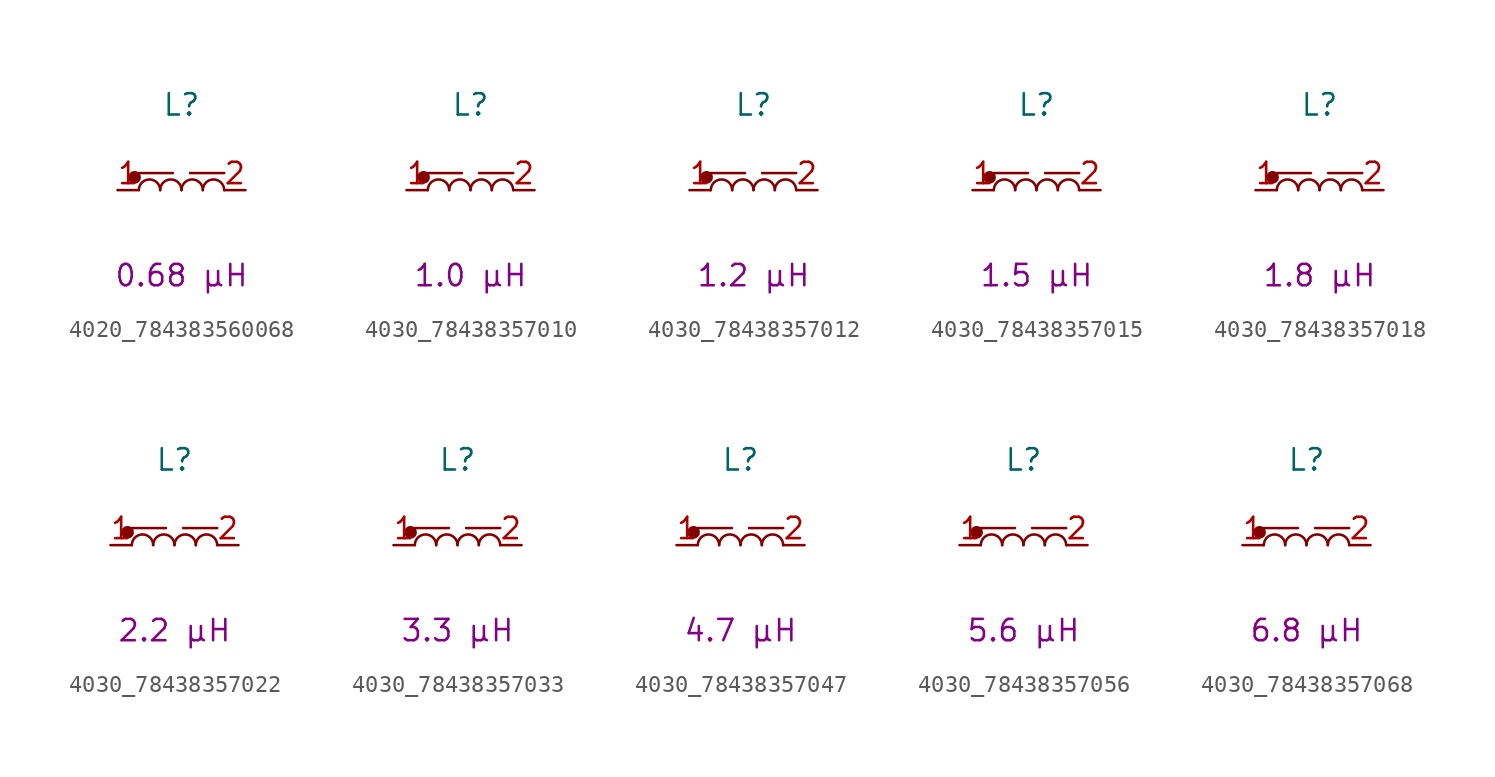
<source format=kicad_sym>
(kicad_symbol_lib
  (version 20220914)
  (generator kicad_symbol_editor)
  (symbol "4020_784383560068"
    (pin_names hide)
    (property "Reference" "L"
      (at 0 5.08 0)
      (effects (font (size 1.27 1.27))))
    (property "Critical Parameter" "0.68 µH"
      (at 0 -5.08 0)
      (effects (font (size 1.27 1.27))))
    (symbol "4020_784383560068_0_1"
      (arc (start -1.27 0) (mid -1.905 0.6323) (end -2.54 0) (stroke (width 0) (type default)) (fill (type none)))
      (arc (start 0 0) (mid -0.635 0.6323) (end -1.27 0) (stroke (width 0) (type default)) (fill (type none)))
      (polyline (pts (xy -2.54 1.016) (xy -0.508 1.016)) (stroke (width 0) (type default)) (fill (type none)))
      (arc (start 1.27 0) (mid 0.635 0.6323) (end 0 0) (stroke (width 0) (type default)) (fill (type none)))
      (arc (start 2.54 0) (mid 1.905 0.6323) (end 1.27 0) (stroke (width 0) (type default)) (fill (type none))))
    (symbol "4020_784383560068_1_1"
      (circle (center -2.794 0.762) (radius 0.0001) (stroke (width 0.381) (type default)) (fill (type none)))
      (polyline (pts (xy 2.54 1.016) (xy 0.508 1.016)) (stroke (width 0) (type default)) (fill (type none)))
      (pin passive line (at -3.81 0 0) (length 1.27) (name "1" (effects (font (size 1.27 1.27)))) (number "1" (effects (font (size 1.27 1.27)))))
      (pin passive line (at 3.81 0 180) (length 1.27) (name "2" (effects (font (size 1.27 1.27)))) (number "2" (effects (font (size 1.27 1.27)))))))
  (symbol "4030_78438357010"
    (pin_names hide)
    (property "Reference" "L"
      (at 0 5.08 0)
      (effects (font (size 1.27 1.27))))
    (property "Critical Parameter" "1.0 µH"
      (at 0 -5.08 0)
      (effects (font (size 1.27 1.27))))
    (symbol "4030_78438357010_0_1"
      (arc (start -1.27 0) (mid -1.905 0.6323) (end -2.54 0) (stroke (width 0) (type default)) (fill (type none)))
      (arc (start 0 0) (mid -0.635 0.6323) (end -1.27 0) (stroke (width 0) (type default)) (fill (type none)))
      (polyline (pts (xy -2.54 1.016) (xy -0.508 1.016)) (stroke (width 0) (type default)) (fill (type none)))
      (arc (start 1.27 0) (mid 0.635 0.6323) (end 0 0) (stroke (width 0) (type default)) (fill (type none)))
      (arc (start 2.54 0) (mid 1.905 0.6323) (end 1.27 0) (stroke (width 0) (type default)) (fill (type none))))
    (symbol "4030_78438357010_1_1"
      (circle (center -2.794 0.762) (radius 0.0001) (stroke (width 0.381) (type default)) (fill (type none)))
      (polyline (pts (xy 2.54 1.016) (xy 0.508 1.016)) (stroke (width 0) (type default)) (fill (type none)))
      (pin passive line (at -3.81 0 0) (length 1.27) (name "1" (effects (font (size 1.27 1.27)))) (number "1" (effects (font (size 1.27 1.27)))))
      (pin passive line (at 3.81 0 180) (length 1.27) (name "2" (effects (font (size 1.27 1.27)))) (number "2" (effects (font (size 1.27 1.27)))))))
  (symbol "4030_78438357012"
    (pin_names hide)
    (property "Reference" "L"
      (at 0 5.08 0)
      (effects (font (size 1.27 1.27))))
    (property "Critical Parameter" "1.2 µH"
      (at 0 -5.08 0)
      (effects (font (size 1.27 1.27))))
    (symbol "4030_78438357012_0_1"
      (arc (start -1.27 0) (mid -1.905 0.6323) (end -2.54 0) (stroke (width 0) (type default)) (fill (type none)))
      (arc (start 0 0) (mid -0.635 0.6323) (end -1.27 0) (stroke (width 0) (type default)) (fill (type none)))
      (polyline (pts (xy -2.54 1.016) (xy -0.508 1.016)) (stroke (width 0) (type default)) (fill (type none)))
      (arc (start 1.27 0) (mid 0.635 0.6323) (end 0 0) (stroke (width 0) (type default)) (fill (type none)))
      (arc (start 2.54 0) (mid 1.905 0.6323) (end 1.27 0) (stroke (width 0) (type default)) (fill (type none))))
    (symbol "4030_78438357012_1_1"
      (circle (center -2.794 0.762) (radius 0.0001) (stroke (width 0.381) (type default)) (fill (type none)))
      (polyline (pts (xy 2.54 1.016) (xy 0.508 1.016)) (stroke (width 0) (type default)) (fill (type none)))
      (pin passive line (at -3.81 0 0) (length 1.27) (name "1" (effects (font (size 1.27 1.27)))) (number "1" (effects (font (size 1.27 1.27)))))
      (pin passive line (at 3.81 0 180) (length 1.27) (name "2" (effects (font (size 1.27 1.27)))) (number "2" (effects (font (size 1.27 1.27)))))))
  (symbol "4030_78438357015"
    (pin_names hide)
    (property "Reference" "L"
      (at 0 5.08 0)
      (effects (font (size 1.27 1.27))))
    (property "Critical Parameter" "1.5 µH"
      (at 0 -5.08 0)
      (effects (font (size 1.27 1.27))))
    (symbol "4030_78438357015_0_1"
      (arc (start -1.27 0) (mid -1.905 0.6323) (end -2.54 0) (stroke (width 0) (type default)) (fill (type none)))
      (arc (start 0 0) (mid -0.635 0.6323) (end -1.27 0) (stroke (width 0) (type default)) (fill (type none)))
      (polyline (pts (xy -2.54 1.016) (xy -0.508 1.016)) (stroke (width 0) (type default)) (fill (type none)))
      (arc (start 1.27 0) (mid 0.635 0.6323) (end 0 0) (stroke (width 0) (type default)) (fill (type none)))
      (arc (start 2.54 0) (mid 1.905 0.6323) (end 1.27 0) (stroke (width 0) (type default)) (fill (type none))))
    (symbol "4030_78438357015_1_1"
      (circle (center -2.794 0.762) (radius 0.0001) (stroke (width 0.381) (type default)) (fill (type none)))
      (polyline (pts (xy 2.54 1.016) (xy 0.508 1.016)) (stroke (width 0) (type default)) (fill (type none)))
      (pin passive line (at -3.81 0 0) (length 1.27) (name "1" (effects (font (size 1.27 1.27)))) (number "1" (effects (font (size 1.27 1.27)))))
      (pin passive line (at 3.81 0 180) (length 1.27) (name "2" (effects (font (size 1.27 1.27)))) (number "2" (effects (font (size 1.27 1.27)))))))
  (symbol "4030_78438357018"
    (pin_names hide)
    (property "Reference" "L"
      (at 0 5.08 0)
      (effects (font (size 1.27 1.27))))
    (property "Critical Parameter" "1.8 µH"
      (at 0 -5.08 0)
      (effects (font (size 1.27 1.27))))
    (symbol "4030_78438357018_0_1"
      (arc (start -1.27 0) (mid -1.905 0.6323) (end -2.54 0) (stroke (width 0) (type default)) (fill (type none)))
      (arc (start 0 0) (mid -0.635 0.6323) (end -1.27 0) (stroke (width 0) (type default)) (fill (type none)))
      (polyline (pts (xy -2.54 1.016) (xy -0.508 1.016)) (stroke (width 0) (type default)) (fill (type none)))
      (arc (start 1.27 0) (mid 0.635 0.6323) (end 0 0) (stroke (width 0) (type default)) (fill (type none)))
      (arc (start 2.54 0) (mid 1.905 0.6323) (end 1.27 0) (stroke (width 0) (type default)) (fill (type none))))
    (symbol "4030_78438357018_1_1"
      (circle (center -2.794 0.762) (radius 0.0001) (stroke (width 0.381) (type default)) (fill (type none)))
      (polyline (pts (xy 2.54 1.016) (xy 0.508 1.016)) (stroke (width 0) (type default)) (fill (type none)))
      (pin passive line (at -3.81 0 0) (length 1.27) (name "1" (effects (font (size 1.27 1.27)))) (number "1" (effects (font (size 1.27 1.27)))))
      (pin passive line (at 3.81 0 180) (length 1.27) (name "2" (effects (font (size 1.27 1.27)))) (number "2" (effects (font (size 1.27 1.27)))))))
  (symbol "4030_78438357022"
    (pin_names hide)
    (property "Reference" "L"
      (at 0 5.08 0)
      (effects (font (size 1.27 1.27))))
    (property "Critical Parameter" "2.2 µH"
      (at 0 -5.08 0)
      (effects (font (size 1.27 1.27))))
    (symbol "4030_78438357022_0_1"
      (arc (start -1.27 0) (mid -1.905 0.6323) (end -2.54 0) (stroke (width 0) (type default)) (fill (type none)))
      (arc (start 0 0) (mid -0.635 0.6323) (end -1.27 0) (stroke (width 0) (type default)) (fill (type none)))
      (polyline (pts (xy -2.54 1.016) (xy -0.508 1.016)) (stroke (width 0) (type default)) (fill (type none)))
      (arc (start 1.27 0) (mid 0.635 0.6323) (end 0 0) (stroke (width 0) (type default)) (fill (type none)))
      (arc (start 2.54 0) (mid 1.905 0.6323) (end 1.27 0) (stroke (width 0) (type default)) (fill (type none))))
    (symbol "4030_78438357022_1_1"
      (circle (center -2.794 0.762) (radius 0.0001) (stroke (width 0.381) (type default)) (fill (type none)))
      (polyline (pts (xy 2.54 1.016) (xy 0.508 1.016)) (stroke (width 0) (type default)) (fill (type none)))
      (pin passive line (at -3.81 0 0) (length 1.27) (name "1" (effects (font (size 1.27 1.27)))) (number "1" (effects (font (size 1.27 1.27)))))
      (pin passive line (at 3.81 0 180) (length 1.27) (name "2" (effects (font (size 1.27 1.27)))) (number "2" (effects (font (size 1.27 1.27)))))))
  (symbol "4030_78438357033"
    (pin_names hide)
    (property "Reference" "L"
      (at 0 5.08 0)
      (effects (font (size 1.27 1.27))))
    (property "Critical Parameter" "3.3 µH"
      (at 0 -5.08 0)
      (effects (font (size 1.27 1.27))))
    (symbol "4030_78438357033_0_1"
      (arc (start -1.27 0) (mid -1.905 0.6323) (end -2.54 0) (stroke (width 0) (type default)) (fill (type none)))
      (arc (start 0 0) (mid -0.635 0.6323) (end -1.27 0) (stroke (width 0) (type default)) (fill (type none)))
      (polyline (pts (xy -2.54 1.016) (xy -0.508 1.016)) (stroke (width 0) (type default)) (fill (type none)))
      (arc (start 1.27 0) (mid 0.635 0.6323) (end 0 0) (stroke (width 0) (type default)) (fill (type none)))
      (arc (start 2.54 0) (mid 1.905 0.6323) (end 1.27 0) (stroke (width 0) (type default)) (fill (type none))))
    (symbol "4030_78438357033_1_1"
      (circle (center -2.794 0.762) (radius 0.0001) (stroke (width 0.381) (type default)) (fill (type none)))
      (polyline (pts (xy 2.54 1.016) (xy 0.508 1.016)) (stroke (width 0) (type default)) (fill (type none)))
      (pin passive line (at -3.81 0 0) (length 1.27) (name "1" (effects (font (size 1.27 1.27)))) (number "1" (effects (font (size 1.27 1.27)))))
      (pin passive line (at 3.81 0 180) (length 1.27) (name "2" (effects (font (size 1.27 1.27)))) (number "2" (effects (font (size 1.27 1.27)))))))
  (symbol "4030_78438357047"
    (pin_names hide)
    (property "Reference" "L"
      (at 0 5.08 0)
      (effects (font (size 1.27 1.27))))
    (property "Critical Parameter" "4.7 µH"
      (at 0 -5.08 0)
      (effects (font (size 1.27 1.27))))
    (symbol "4030_78438357047_0_1"
      (arc (start -1.27 0) (mid -1.905 0.6323) (end -2.54 0) (stroke (width 0) (type default)) (fill (type none)))
      (arc (start 0 0) (mid -0.635 0.6323) (end -1.27 0) (stroke (width 0) (type default)) (fill (type none)))
      (polyline (pts (xy -2.54 1.016) (xy -0.508 1.016)) (stroke (width 0) (type default)) (fill (type none)))
      (arc (start 1.27 0) (mid 0.635 0.6323) (end 0 0) (stroke (width 0) (type default)) (fill (type none)))
      (arc (start 2.54 0) (mid 1.905 0.6323) (end 1.27 0) (stroke (width 0) (type default)) (fill (type none))))
    (symbol "4030_78438357047_1_1"
      (circle (center -2.794 0.762) (radius 0.0001) (stroke (width 0.381) (type default)) (fill (type none)))
      (polyline (pts (xy 2.54 1.016) (xy 0.508 1.016)) (stroke (width 0) (type default)) (fill (type none)))
      (pin passive line (at -3.81 0 0) (length 1.27) (name "1" (effects (font (size 1.27 1.27)))) (number "1" (effects (font (size 1.27 1.27)))))
      (pin passive line (at 3.81 0 180) (length 1.27) (name "2" (effects (font (size 1.27 1.27)))) (number "2" (effects (font (size 1.27 1.27)))))))
  (symbol "4030_78438357056"
    (pin_names hide)
    (property "Reference" "L"
      (at 0 5.08 0)
      (effects (font (size 1.27 1.27))))
    (property "Critical Parameter" "5.6 µH"
      (at 0 -5.08 0)
      (effects (font (size 1.27 1.27))))
    (symbol "4030_78438357056_0_1"
      (arc (start -1.27 0) (mid -1.905 0.6323) (end -2.54 0) (stroke (width 0) (type default)) (fill (type none)))
      (arc (start 0 0) (mid -0.635 0.6323) (end -1.27 0) (stroke (width 0) (type default)) (fill (type none)))
      (polyline (pts (xy -2.54 1.016) (xy -0.508 1.016)) (stroke (width 0) (type default)) (fill (type none)))
      (arc (start 1.27 0) (mid 0.635 0.6323) (end 0 0) (stroke (width 0) (type default)) (fill (type none)))
      (arc (start 2.54 0) (mid 1.905 0.6323) (end 1.27 0) (stroke (width 0) (type default)) (fill (type none))))
    (symbol "4030_78438357056_1_1"
      (circle (center -2.794 0.762) (radius 0.0001) (stroke (width 0.381) (type default)) (fill (type none)))
      (polyline (pts (xy 2.54 1.016) (xy 0.508 1.016)) (stroke (width 0) (type default)) (fill (type none)))
      (pin passive line (at -3.81 0 0) (length 1.27) (name "1" (effects (font (size 1.27 1.27)))) (number "1" (effects (font (size 1.27 1.27)))))
      (pin passive line (at 3.81 0 180) (length 1.27) (name "2" (effects (font (size 1.27 1.27)))) (number "2" (effects (font (size 1.27 1.27)))))))
  (symbol "4030_78438357068"
    (pin_names hide)
    (property "Reference" "L"
      (at 0 5.08 0)
      (effects (font (size 1.27 1.27))))
    (property "Critical Parameter" "6.8 µH"
      (at 0 -5.08 0)
      (effects (font (size 1.27 1.27))))
    (symbol "4030_78438357068_0_1"
      (arc (start -1.27 0) (mid -1.905 0.6323) (end -2.54 0) (stroke (width 0) (type default)) (fill (type none)))
      (arc (start 0 0) (mid -0.635 0.6323) (end -1.27 0) (stroke (width 0) (type default)) (fill (type none)))
      (polyline (pts (xy -2.54 1.016) (xy -0.508 1.016)) (stroke (width 0) (type default)) (fill (type none)))
      (arc (start 1.27 0) (mid 0.635 0.6323) (end 0 0) (stroke (width 0) (type default)) (fill (type none)))
      (arc (start 2.54 0) (mid 1.905 0.6323) (end 1.27 0) (stroke (width 0) (type default)) (fill (type none))))
    (symbol "4030_78438357068_1_1"
      (circle (center -2.794 0.762) (radius 0.0001) (stroke (width 0.381) (type default)) (fill (type none)))
      (polyline (pts (xy 2.54 1.016) (xy 0.508 1.016)) (stroke (width 0) (type default)) (fill (type none)))
      (pin passive line (at -3.81 0 0) (length 1.27) (name "1" (effects (font (size 1.27 1.27)))) (number "1" (effects (font (size 1.27 1.27)))))
      (pin passive line (at 3.81 0 180) (length 1.27) (name "2" (effects (font (size 1.27 1.27)))) (number "2" (effects (font (size 1.27 1.27))))))))
</source>
